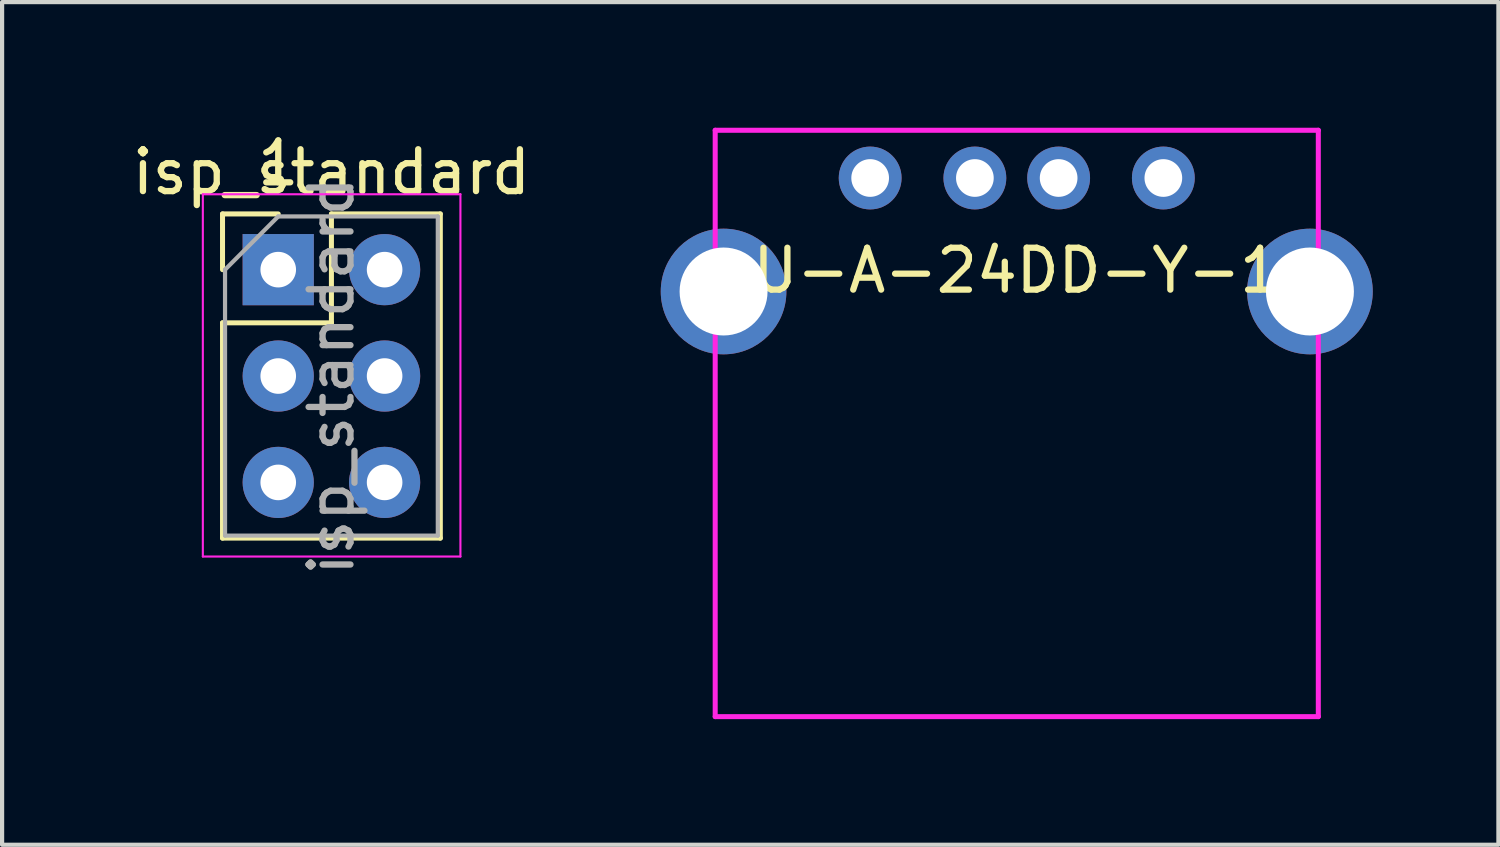
<source format=kicad_pcb>
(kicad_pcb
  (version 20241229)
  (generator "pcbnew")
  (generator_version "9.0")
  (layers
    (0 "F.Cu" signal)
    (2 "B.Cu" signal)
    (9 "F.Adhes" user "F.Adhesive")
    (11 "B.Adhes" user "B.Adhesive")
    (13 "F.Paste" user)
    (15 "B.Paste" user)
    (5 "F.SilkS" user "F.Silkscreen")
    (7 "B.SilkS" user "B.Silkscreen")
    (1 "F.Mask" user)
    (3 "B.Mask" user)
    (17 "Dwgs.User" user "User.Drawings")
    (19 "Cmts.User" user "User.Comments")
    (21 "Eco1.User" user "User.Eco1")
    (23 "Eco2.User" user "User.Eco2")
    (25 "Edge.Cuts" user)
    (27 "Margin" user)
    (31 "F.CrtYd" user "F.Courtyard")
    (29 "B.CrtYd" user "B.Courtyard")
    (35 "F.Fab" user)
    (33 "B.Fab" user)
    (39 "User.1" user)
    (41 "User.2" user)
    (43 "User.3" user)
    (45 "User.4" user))
  (footprint "U-A-24DD-Y-1"
    (layer "F.Cu")
    (at 21.226 3.91)
    (property "Reference" "U-A-24DD-Y-1" (at 0 -0.5 0) (unlocked yes) (layer "F.SilkS") (effects (font (size 1 1) (thickness 0.15))))
    (fp_line (start -7.2 -3.85) (end 7.2 -3.85) (stroke (width 0.12) (type solid)) (layer "F.CrtYd"))
    (fp_line (start -7.2 0) (end -7.2 -3.85) (stroke (width 0.12) (type solid)) (layer "F.CrtYd"))
    (fp_line (start -7.2 0.05) (end -7.2 10.15) (stroke (width 0.12) (type solid)) (layer "F.CrtYd"))
    (fp_line (start -7.2 10.15) (end 7.2 10.15) (stroke (width 0.12) (type solid)) (layer "F.CrtYd"))
    (fp_line (start 7.2 -3.85) (end 7.2 0) (stroke (width 0.12) (type solid)) (layer "F.CrtYd"))
    (fp_line (start 7.2 10.15) (end 7.2 0) (stroke (width 0.12) (type solid)) (layer "F.CrtYd"))
    (pad "1" thru_hole circle (at -3.5 -2.71) (size 1.5 1.5) (drill 0.9) (layers "*.Cu" "*.Mask"))
    (pad "2" thru_hole circle (at -1 -2.71) (size 1.5 1.5) (drill 0.9) (layers "*.Cu" "*.Mask"))
    (pad "3" thru_hole circle (at 1 -2.71) (size 1.5 1.5) (drill 0.9) (layers "*.Cu" "*.Mask"))
    (pad "4" thru_hole circle (at 3.5 -2.71) (size 1.5 1.5) (drill 0.9) (layers "*.Cu" "*.Mask"))
    (pad "5" thru_hole circle (at -7 0) (size 3 3) (drill 2.1) (layers "*.Cu" "*.Mask"))
    (pad "5" thru_hole circle (at 7 0) (size 3 3) (drill 2.1) (layers "*.Cu" "*.Mask")))
  (footprint "isp_standard"
    (layer "F.Cu")
    (at 4.863 5.928)
    (property "Reference" "isp_standard" (at 0 -4.87 180) (layer "F.SilkS") (effects (font (size 1 1) (thickness 0.15))))
    (attr through_hole)
    (fp_line (start -2.6 -3.87) (end -1.27 -3.87) (stroke (width 0.12) (type solid)) (layer "F.SilkS"))
    (fp_line (start -2.6 -2.54) (end -2.6 -3.87) (stroke (width 0.12) (type solid)) (layer "F.SilkS"))
    (fp_line (start -2.6 -1.27) (end -2.6 3.87) (stroke (width 0.12) (type solid)) (layer "F.SilkS"))
    (fp_line (start -2.6 -1.27) (end 0 -1.27) (stroke (width 0.12) (type solid)) (layer "F.SilkS"))
    (fp_line (start -2.6 3.87) (end 2.6 3.87) (stroke (width 0.12) (type solid)) (layer "F.SilkS"))
    (fp_line (start 0 -3.87) (end 2.6 -3.87) (stroke (width 0.12) (type solid)) (layer "F.SilkS"))
    (fp_line (start 0 -1.27) (end 0 -3.87) (stroke (width 0.12) (type solid)) (layer "F.SilkS"))
    (fp_line (start 2.6 -3.87) (end 2.6 3.87) (stroke (width 0.12) (type solid)) (layer "F.SilkS"))
    (fp_line (start -3.07 -4.34) (end -3.07 4.31) (stroke (width 0.05) (type solid)) (layer "F.CrtYd"))
    (fp_line (start -3.07 4.31) (end 3.08 4.31) (stroke (width 0.05) (type solid)) (layer "F.CrtYd"))
    (fp_line (start 3.08 -4.34) (end -3.07 -4.34) (stroke (width 0.05) (type solid)) (layer "F.CrtYd"))
    (fp_line (start 3.08 4.31) (end 3.08 -4.34) (stroke (width 0.05) (type solid)) (layer "F.CrtYd"))
    (fp_line (start -2.54 -2.54) (end -1.27 -3.81) (stroke (width 0.1) (type solid)) (layer "F.Fab"))
    (fp_line (start -2.54 3.81) (end -2.54 -2.54) (stroke (width 0.1) (type solid)) (layer "F.Fab"))
    (fp_line (start -1.27 -3.81) (end 2.54 -3.81) (stroke (width 0.1) (type solid)) (layer "F.Fab"))
    (fp_line (start 2.54 -3.81) (end 2.54 3.81) (stroke (width 0.1) (type solid)) (layer "F.Fab"))
    (fp_line (start 2.54 3.81) (end -2.54 3.81) (stroke (width 0.1) (type solid)) (layer "F.Fab"))
    (fp_text user "1" (at -1.27 -5.08 0) (layer "F.SilkS") (effects (font (size 1 1) (thickness 0.15))))
    (fp_text user "${REFERENCE}" (at 0 0 270) (layer "F.Fab") (effects (font (size 1 1) (thickness 0.15))))
    (pad "1" thru_hole rect (at -1.27 -2.54) (size 1.7 1.7) (drill 0.85) (layers "*.Cu" "*.Mask"))
    (pad "2" thru_hole oval (at 1.27 -2.54) (size 1.7 1.7) (drill 0.85) (layers "*.Cu" "*.Mask"))
    (pad "3" thru_hole oval (at -1.27 0) (size 1.7 1.7) (drill 0.85) (layers "*.Cu" "*.Mask"))
    (pad "4" thru_hole oval (at 1.27 0) (size 1.7 1.7) (drill 0.85) (layers "*.Cu" "*.Mask"))
    (pad "5" thru_hole oval (at -1.27 2.54) (size 1.7 1.7) (drill 0.85) (layers "*.Cu" "*.Mask"))
    (pad "6" thru_hole oval (at 1.27 2.54) (size 1.7 1.7) (drill 0.85) (layers "*.Cu" "*.Mask")))
  (gr_rect
    (start -3 -3)
    (end 32.726 17.12)
    (stroke (width 0.1) (type default))
    (fill no)
    (layer "Edge.Cuts")))
</source>
